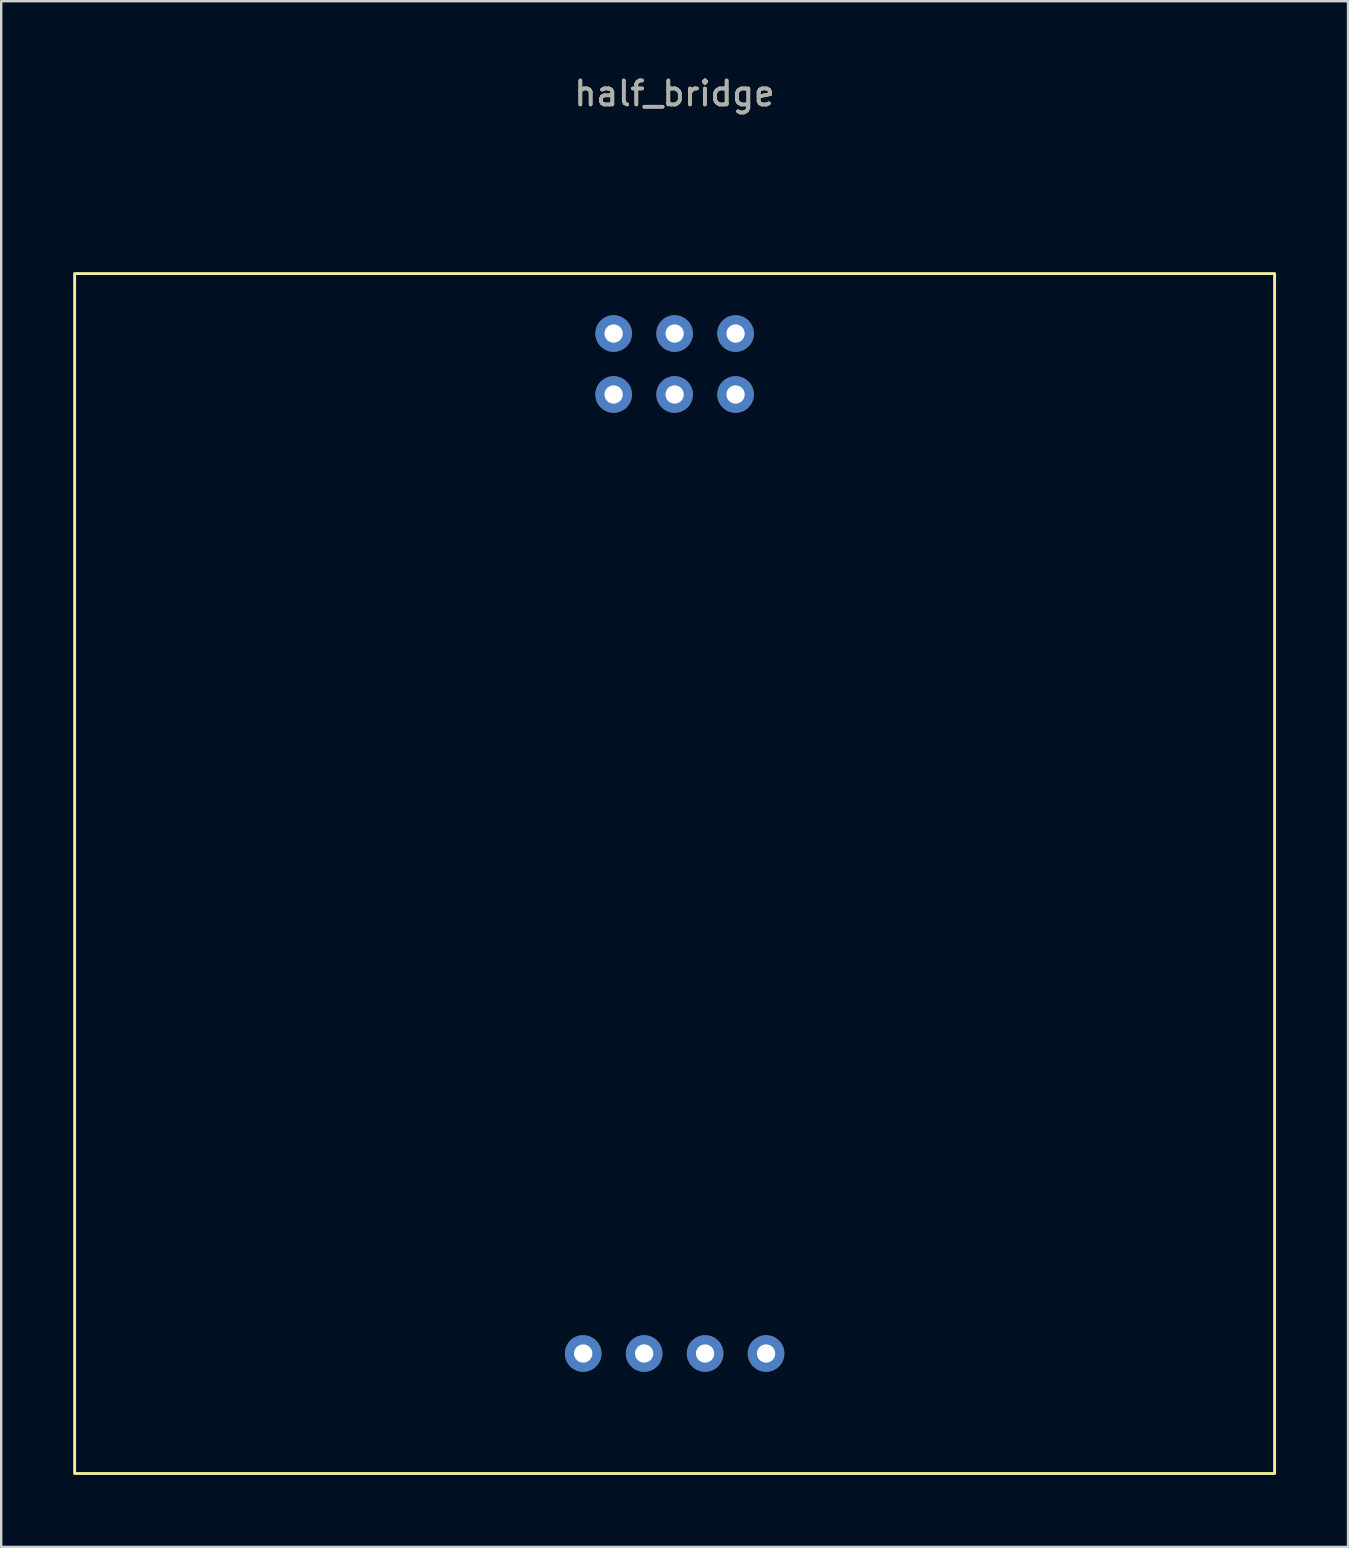
<source format=kicad_pcb>
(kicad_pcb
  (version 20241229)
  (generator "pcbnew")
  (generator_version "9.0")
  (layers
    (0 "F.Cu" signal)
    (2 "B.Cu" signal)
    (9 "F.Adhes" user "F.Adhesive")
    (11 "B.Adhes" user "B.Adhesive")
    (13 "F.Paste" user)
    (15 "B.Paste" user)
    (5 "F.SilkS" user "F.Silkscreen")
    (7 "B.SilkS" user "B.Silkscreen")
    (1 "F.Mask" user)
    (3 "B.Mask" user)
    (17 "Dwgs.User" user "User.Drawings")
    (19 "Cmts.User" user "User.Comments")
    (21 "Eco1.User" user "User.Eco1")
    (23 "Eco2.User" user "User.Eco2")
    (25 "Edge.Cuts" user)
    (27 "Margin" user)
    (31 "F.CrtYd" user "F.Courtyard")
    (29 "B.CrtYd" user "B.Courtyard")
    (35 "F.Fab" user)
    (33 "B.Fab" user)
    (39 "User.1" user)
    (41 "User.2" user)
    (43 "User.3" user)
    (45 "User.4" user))
  (footprint "half_bridge"
    (layer "F.Cu")
    (at 25.06 8.348)
    (property "Reference" "half_bridge" (at 0 -7.5 0) (unlocked yes) (layer "F.SilkS") (effects (font (size 1 1) (thickness 0.15))))
    (attr through_hole)
    (fp_rect (start 25 50) (end -25 0) (stroke (width 0.12) (type solid)) (fill no) (layer "F.SilkS"))
    (fp_text user "${REFERENCE}" (at 0 -7.5 0) (unlocked yes) (layer "F.Fab") (effects (font (size 1 1) (thickness 0.15))))
    (pad "1" thru_hole circle (at -2.54 2.5) (size 1.524 1.524) (drill 0.762) (layers "*.Cu" "*.Mask"))
    (pad "1" thru_hole circle (at -2.54 5.04) (size 1.524 1.524) (drill 0.762) (layers "*.Cu" "*.Mask"))
    (pad "1" thru_hole circle (at 3.81 45) (size 1.524 1.524) (drill 0.762) (layers "*.Cu" "*.Mask"))
    (pad "2" thru_hole circle (at 0 2.5) (size 1.524 1.524) (drill 0.762) (layers "*.Cu" "*.Mask"))
    (pad "2" thru_hole circle (at 0 5.04) (size 1.524 1.524) (drill 0.762) (layers "*.Cu" "*.Mask"))
    (pad "3" thru_hole circle (at 1.27 45) (size 1.524 1.524) (drill 0.762) (layers "*.Cu" "*.Mask"))
    (pad "3" thru_hole circle (at 2.54 2.5) (size 1.524 1.524) (drill 0.762) (layers "*.Cu" "*.Mask"))
    (pad "3" thru_hole circle (at 2.54 5.04) (size 1.524 1.524) (drill 0.762) (layers "*.Cu" "*.Mask"))
    (pad "4" thru_hole circle (at -3.81 45) (size 1.524 1.524) (drill 0.762) (layers "*.Cu" "*.Mask"))
    (pad "5" thru_hole circle (at -1.27 45) (size 1.524 1.524) (drill 0.762) (layers "*.Cu" "*.Mask")))
  (gr_rect
    (start -3 -3)
    (end 53.12 61.408)
    (stroke (width 0.1) (type default))
    (fill no)
    (layer "Edge.Cuts")))
</source>
